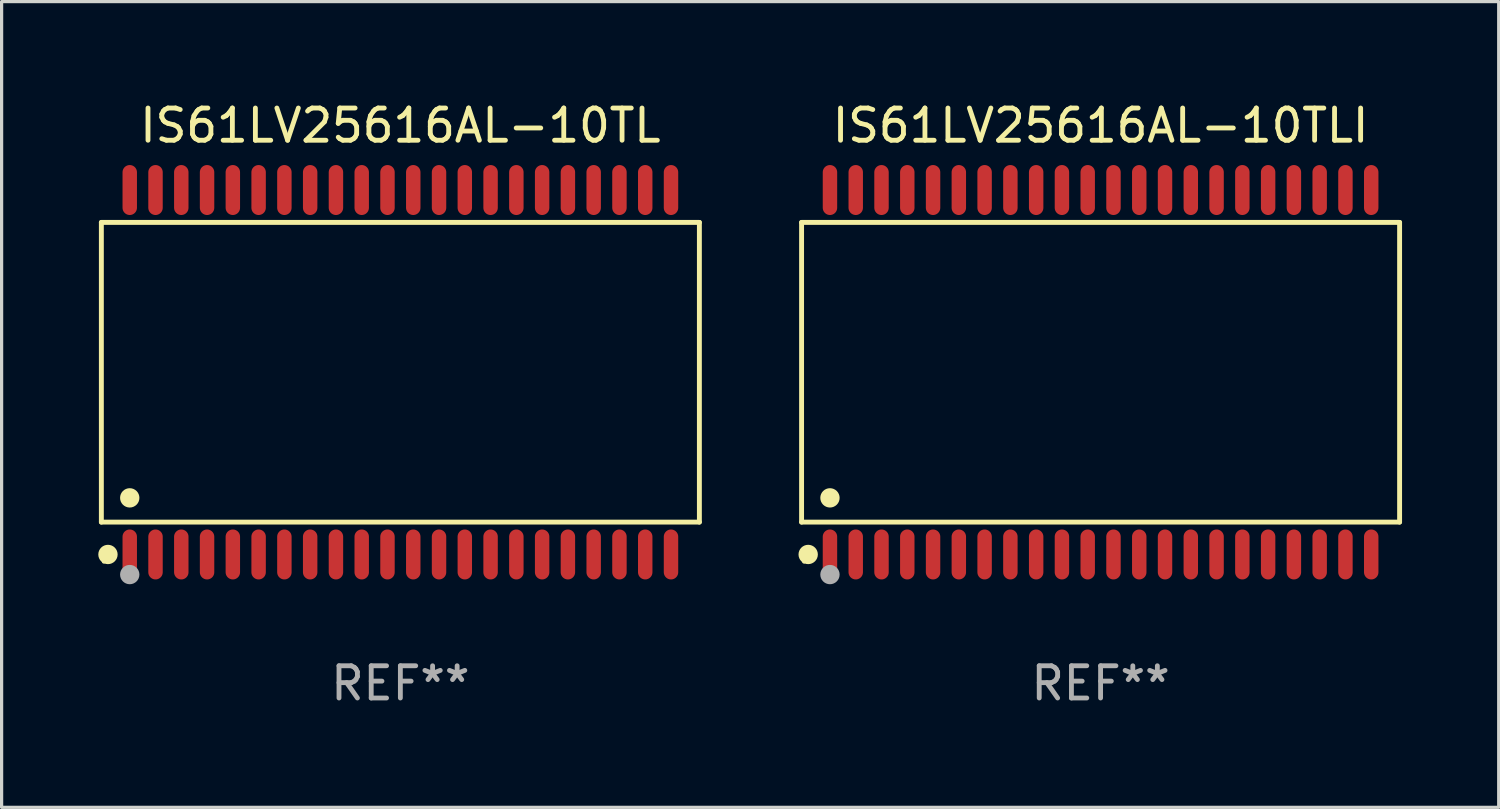
<source format=kicad_pcb>
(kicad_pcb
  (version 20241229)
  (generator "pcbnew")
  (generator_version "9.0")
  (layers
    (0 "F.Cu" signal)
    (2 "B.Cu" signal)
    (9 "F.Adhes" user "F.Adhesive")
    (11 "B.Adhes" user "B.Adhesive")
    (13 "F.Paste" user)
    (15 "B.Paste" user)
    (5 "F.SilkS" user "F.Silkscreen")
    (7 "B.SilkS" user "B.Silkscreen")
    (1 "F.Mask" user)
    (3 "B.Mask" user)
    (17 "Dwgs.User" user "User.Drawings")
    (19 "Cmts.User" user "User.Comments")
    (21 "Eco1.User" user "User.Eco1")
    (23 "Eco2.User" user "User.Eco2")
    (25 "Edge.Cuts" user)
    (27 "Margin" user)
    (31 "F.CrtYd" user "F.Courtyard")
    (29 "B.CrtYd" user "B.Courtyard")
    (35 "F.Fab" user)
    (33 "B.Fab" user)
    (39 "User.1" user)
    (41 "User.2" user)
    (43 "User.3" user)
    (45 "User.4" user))
  (footprint "IS61LV25616AL-10TLI"
    (layer "F.Cu")
    (at 31.111 8.504)
    (property "Reference" "IS61LV25616AL-10TLI" (at 0 -7.656 0) (layer "F.SilkS") (effects (font (size 1 1) (thickness 0.15))))
    (attr through_hole)
    (fp_line (start -9.281 -4.651) (end 9.281 -4.651) (stroke (width 0.152) (type solid)) (layer "F.SilkS"))
    (fp_line (start -9.281 4.651) (end -9.281 -4.651) (stroke (width 0.152) (type solid)) (layer "F.SilkS"))
    (fp_line (start 9.281 -4.651) (end 9.281 4.651) (stroke (width 0.152) (type solid)) (layer "F.SilkS"))
    (fp_line (start 9.281 4.651) (end -9.281 4.651) (stroke (width 0.152) (type solid)) (layer "F.SilkS"))
    (fp_circle (center -9.205 5.88) (end -9.175 5.88) (stroke (width 0.06) (type solid)) (fill no) (layer "F.SilkS"))
    (fp_circle (center -9.076 5.656) (end -8.926 5.656) (stroke (width 0.3) (type solid)) (fill no) (layer "F.SilkS"))
    (fp_circle (center -8.4 3.899) (end -8.25 3.899) (stroke (width 0.3) (type solid)) (fill no) (layer "F.SilkS"))
    (fp_circle (center -8.4 6.28) (end -8.25 6.28) (stroke (width 0.3) (type solid)) (fill no) (layer "F.Fab"))
    (fp_text user "REF**" (at 0 9.656 0) (layer "F.Fab") (effects (font (size 1 1) (thickness 0.15))))
    (pad "1" smd oval (at -8.4 5.656) (size 0.448 1.551) (layers "F.Cu" "F.Mask" "F.Paste"))
    (pad "2" smd oval (at -7.6 5.656) (size 0.448 1.551) (layers "F.Cu" "F.Mask" "F.Paste"))
    (pad "3" smd oval (at -6.8 5.656) (size 0.448 1.551) (layers "F.Cu" "F.Mask" "F.Paste"))
    (pad "4" smd oval (at -6 5.656) (size 0.448 1.551) (layers "F.Cu" "F.Mask" "F.Paste"))
    (pad "5" smd oval (at -5.2 5.656) (size 0.448 1.551) (layers "F.Cu" "F.Mask" "F.Paste"))
    (pad "6" smd oval (at -4.4 5.656) (size 0.448 1.551) (layers "F.Cu" "F.Mask" "F.Paste"))
    (pad "7" smd oval (at -3.6 5.656) (size 0.448 1.551) (layers "F.Cu" "F.Mask" "F.Paste"))
    (pad "8" smd oval (at -2.8 5.656) (size 0.448 1.551) (layers "F.Cu" "F.Mask" "F.Paste"))
    (pad "9" smd oval (at -2 5.656) (size 0.448 1.551) (layers "F.Cu" "F.Mask" "F.Paste"))
    (pad "10" smd oval (at -1.2 5.656) (size 0.448 1.551) (layers "F.Cu" "F.Mask" "F.Paste"))
    (pad "11" smd oval (at -0.4 5.656) (size 0.448 1.551) (layers "F.Cu" "F.Mask" "F.Paste"))
    (pad "12" smd oval (at 0.4 5.656) (size 0.448 1.551) (layers "F.Cu" "F.Mask" "F.Paste"))
    (pad "13" smd oval (at 1.2 5.656) (size 0.448 1.551) (layers "F.Cu" "F.Mask" "F.Paste"))
    (pad "14" smd oval (at 2 5.656) (size 0.448 1.551) (layers "F.Cu" "F.Mask" "F.Paste"))
    (pad "15" smd oval (at 2.8 5.656) (size 0.448 1.551) (layers "F.Cu" "F.Mask" "F.Paste"))
    (pad "16" smd oval (at 3.6 5.656) (size 0.448 1.551) (layers "F.Cu" "F.Mask" "F.Paste"))
    (pad "17" smd oval (at 4.4 5.656) (size 0.448 1.551) (layers "F.Cu" "F.Mask" "F.Paste"))
    (pad "18" smd oval (at 5.2 5.656) (size 0.448 1.551) (layers "F.Cu" "F.Mask" "F.Paste"))
    (pad "19" smd oval (at 6 5.656) (size 0.448 1.551) (layers "F.Cu" "F.Mask" "F.Paste"))
    (pad "20" smd oval (at 6.8 5.656) (size 0.448 1.551) (layers "F.Cu" "F.Mask" "F.Paste"))
    (pad "21" smd oval (at 7.6 5.656) (size 0.448 1.551) (layers "F.Cu" "F.Mask" "F.Paste"))
    (pad "22" smd oval (at 8.4 5.656) (size 0.448 1.551) (layers "F.Cu" "F.Mask" "F.Paste"))
    (pad "23" smd oval (at 8.4 -5.656) (size 0.448 1.551) (layers "F.Cu" "F.Mask" "F.Paste"))
    (pad "24" smd oval (at 7.6 -5.656) (size 0.448 1.551) (layers "F.Cu" "F.Mask" "F.Paste"))
    (pad "25" smd oval (at 6.8 -5.656) (size 0.448 1.551) (layers "F.Cu" "F.Mask" "F.Paste"))
    (pad "26" smd oval (at 6 -5.656) (size 0.448 1.551) (layers "F.Cu" "F.Mask" "F.Paste"))
    (pad "27" smd oval (at 5.2 -5.656) (size 0.448 1.551) (layers "F.Cu" "F.Mask" "F.Paste"))
    (pad "28" smd oval (at 4.4 -5.656) (size 0.448 1.551) (layers "F.Cu" "F.Mask" "F.Paste"))
    (pad "29" smd oval (at 3.6 -5.656) (size 0.448 1.551) (layers "F.Cu" "F.Mask" "F.Paste"))
    (pad "30" smd oval (at 2.8 -5.656) (size 0.448 1.551) (layers "F.Cu" "F.Mask" "F.Paste"))
    (pad "31" smd oval (at 2 -5.656) (size 0.448 1.551) (layers "F.Cu" "F.Mask" "F.Paste"))
    (pad "32" smd oval (at 1.2 -5.656) (size 0.448 1.551) (layers "F.Cu" "F.Mask" "F.Paste"))
    (pad "33" smd oval (at 0.4 -5.656) (size 0.448 1.551) (layers "F.Cu" "F.Mask" "F.Paste"))
    (pad "34" smd oval (at -0.4 -5.656) (size 0.448 1.551) (layers "F.Cu" "F.Mask" "F.Paste"))
    (pad "35" smd oval (at -1.2 -5.656) (size 0.448 1.551) (layers "F.Cu" "F.Mask" "F.Paste"))
    (pad "36" smd oval (at -2 -5.656) (size 0.448 1.551) (layers "F.Cu" "F.Mask" "F.Paste"))
    (pad "37" smd oval (at -2.8 -5.656) (size 0.448 1.551) (layers "F.Cu" "F.Mask" "F.Paste"))
    (pad "38" smd oval (at -3.6 -5.656) (size 0.448 1.551) (layers "F.Cu" "F.Mask" "F.Paste"))
    (pad "39" smd oval (at -4.4 -5.656) (size 0.448 1.551) (layers "F.Cu" "F.Mask" "F.Paste"))
    (pad "40" smd oval (at -5.2 -5.656) (size 0.448 1.551) (layers "F.Cu" "F.Mask" "F.Paste"))
    (pad "41" smd oval (at -6 -5.656) (size 0.448 1.551) (layers "F.Cu" "F.Mask" "F.Paste"))
    (pad "42" smd oval (at -6.8 -5.656) (size 0.448 1.551) (layers "F.Cu" "F.Mask" "F.Paste"))
    (pad "43" smd oval (at -7.6 -5.656) (size 0.448 1.551) (layers "F.Cu" "F.Mask" "F.Paste"))
    (pad "44" smd oval (at -8.4 -5.656) (size 0.448 1.551) (layers "F.Cu" "F.Mask" "F.Paste")))
  (footprint "IS61LV25616AL-10TL"
    (layer "F.Cu")
    (at 9.377 8.504)
    (property "Reference" "IS61LV25616AL-10TL" (at 0 -7.656 0) (layer "F.SilkS") (effects (font (size 1 1) (thickness 0.15))))
    (attr through_hole)
    (fp_line (start -9.281 -4.651) (end 9.281 -4.651) (stroke (width 0.152) (type solid)) (layer "F.SilkS"))
    (fp_line (start -9.281 4.651) (end -9.281 -4.651) (stroke (width 0.152) (type solid)) (layer "F.SilkS"))
    (fp_line (start 9.281 -4.651) (end 9.281 4.651) (stroke (width 0.152) (type solid)) (layer "F.SilkS"))
    (fp_line (start 9.281 4.651) (end -9.281 4.651) (stroke (width 0.152) (type solid)) (layer "F.SilkS"))
    (fp_circle (center -9.205 5.88) (end -9.175 5.88) (stroke (width 0.06) (type solid)) (fill no) (layer "F.SilkS"))
    (fp_circle (center -9.076 5.656) (end -8.926 5.656) (stroke (width 0.3) (type solid)) (fill no) (layer "F.SilkS"))
    (fp_circle (center -8.4 3.899) (end -8.25 3.899) (stroke (width 0.3) (type solid)) (fill no) (layer "F.SilkS"))
    (fp_circle (center -8.4 6.28) (end -8.25 6.28) (stroke (width 0.3) (type solid)) (fill no) (layer "F.Fab"))
    (fp_text user "REF**" (at 0 9.656 0) (layer "F.Fab") (effects (font (size 1 1) (thickness 0.15))))
    (pad "1" smd oval (at -8.4 5.656) (size 0.448 1.551) (layers "F.Cu" "F.Mask" "F.Paste"))
    (pad "2" smd oval (at -7.6 5.656) (size 0.448 1.551) (layers "F.Cu" "F.Mask" "F.Paste"))
    (pad "3" smd oval (at -6.8 5.656) (size 0.448 1.551) (layers "F.Cu" "F.Mask" "F.Paste"))
    (pad "4" smd oval (at -6 5.656) (size 0.448 1.551) (layers "F.Cu" "F.Mask" "F.Paste"))
    (pad "5" smd oval (at -5.2 5.656) (size 0.448 1.551) (layers "F.Cu" "F.Mask" "F.Paste"))
    (pad "6" smd oval (at -4.4 5.656) (size 0.448 1.551) (layers "F.Cu" "F.Mask" "F.Paste"))
    (pad "7" smd oval (at -3.6 5.656) (size 0.448 1.551) (layers "F.Cu" "F.Mask" "F.Paste"))
    (pad "8" smd oval (at -2.8 5.656) (size 0.448 1.551) (layers "F.Cu" "F.Mask" "F.Paste"))
    (pad "9" smd oval (at -2 5.656) (size 0.448 1.551) (layers "F.Cu" "F.Mask" "F.Paste"))
    (pad "10" smd oval (at -1.2 5.656) (size 0.448 1.551) (layers "F.Cu" "F.Mask" "F.Paste"))
    (pad "11" smd oval (at -0.4 5.656) (size 0.448 1.551) (layers "F.Cu" "F.Mask" "F.Paste"))
    (pad "12" smd oval (at 0.4 5.656) (size 0.448 1.551) (layers "F.Cu" "F.Mask" "F.Paste"))
    (pad "13" smd oval (at 1.2 5.656) (size 0.448 1.551) (layers "F.Cu" "F.Mask" "F.Paste"))
    (pad "14" smd oval (at 2 5.656) (size 0.448 1.551) (layers "F.Cu" "F.Mask" "F.Paste"))
    (pad "15" smd oval (at 2.8 5.656) (size 0.448 1.551) (layers "F.Cu" "F.Mask" "F.Paste"))
    (pad "16" smd oval (at 3.6 5.656) (size 0.448 1.551) (layers "F.Cu" "F.Mask" "F.Paste"))
    (pad "17" smd oval (at 4.4 5.656) (size 0.448 1.551) (layers "F.Cu" "F.Mask" "F.Paste"))
    (pad "18" smd oval (at 5.2 5.656) (size 0.448 1.551) (layers "F.Cu" "F.Mask" "F.Paste"))
    (pad "19" smd oval (at 6 5.656) (size 0.448 1.551) (layers "F.Cu" "F.Mask" "F.Paste"))
    (pad "20" smd oval (at 6.8 5.656) (size 0.448 1.551) (layers "F.Cu" "F.Mask" "F.Paste"))
    (pad "21" smd oval (at 7.6 5.656) (size 0.448 1.551) (layers "F.Cu" "F.Mask" "F.Paste"))
    (pad "22" smd oval (at 8.4 5.656) (size 0.448 1.551) (layers "F.Cu" "F.Mask" "F.Paste"))
    (pad "23" smd oval (at 8.4 -5.656) (size 0.448 1.551) (layers "F.Cu" "F.Mask" "F.Paste"))
    (pad "24" smd oval (at 7.6 -5.656) (size 0.448 1.551) (layers "F.Cu" "F.Mask" "F.Paste"))
    (pad "25" smd oval (at 6.8 -5.656) (size 0.448 1.551) (layers "F.Cu" "F.Mask" "F.Paste"))
    (pad "26" smd oval (at 6 -5.656) (size 0.448 1.551) (layers "F.Cu" "F.Mask" "F.Paste"))
    (pad "27" smd oval (at 5.2 -5.656) (size 0.448 1.551) (layers "F.Cu" "F.Mask" "F.Paste"))
    (pad "28" smd oval (at 4.4 -5.656) (size 0.448 1.551) (layers "F.Cu" "F.Mask" "F.Paste"))
    (pad "29" smd oval (at 3.6 -5.656) (size 0.448 1.551) (layers "F.Cu" "F.Mask" "F.Paste"))
    (pad "30" smd oval (at 2.8 -5.656) (size 0.448 1.551) (layers "F.Cu" "F.Mask" "F.Paste"))
    (pad "31" smd oval (at 2 -5.656) (size 0.448 1.551) (layers "F.Cu" "F.Mask" "F.Paste"))
    (pad "32" smd oval (at 1.2 -5.656) (size 0.448 1.551) (layers "F.Cu" "F.Mask" "F.Paste"))
    (pad "33" smd oval (at 0.4 -5.656) (size 0.448 1.551) (layers "F.Cu" "F.Mask" "F.Paste"))
    (pad "34" smd oval (at -0.4 -5.656) (size 0.448 1.551) (layers "F.Cu" "F.Mask" "F.Paste"))
    (pad "35" smd oval (at -1.2 -5.656) (size 0.448 1.551) (layers "F.Cu" "F.Mask" "F.Paste"))
    (pad "36" smd oval (at -2 -5.656) (size 0.448 1.551) (layers "F.Cu" "F.Mask" "F.Paste"))
    (pad "37" smd oval (at -2.8 -5.656) (size 0.448 1.551) (layers "F.Cu" "F.Mask" "F.Paste"))
    (pad "38" smd oval (at -3.6 -5.656) (size 0.448 1.551) (layers "F.Cu" "F.Mask" "F.Paste"))
    (pad "39" smd oval (at -4.4 -5.656) (size 0.448 1.551) (layers "F.Cu" "F.Mask" "F.Paste"))
    (pad "40" smd oval (at -5.2 -5.656) (size 0.448 1.551) (layers "F.Cu" "F.Mask" "F.Paste"))
    (pad "41" smd oval (at -6 -5.656) (size 0.448 1.551) (layers "F.Cu" "F.Mask" "F.Paste"))
    (pad "42" smd oval (at -6.8 -5.656) (size 0.448 1.551) (layers "F.Cu" "F.Mask" "F.Paste"))
    (pad "43" smd oval (at -7.6 -5.656) (size 0.448 1.551) (layers "F.Cu" "F.Mask" "F.Paste"))
    (pad "44" smd oval (at -8.4 -5.656) (size 0.448 1.551) (layers "F.Cu" "F.Mask" "F.Paste")))
  (gr_rect
    (start -3 -3)
    (end 43.468 22.008)
    (stroke (width 0.1) (type default))
    (fill no)
    (layer "Edge.Cuts")))
</source>
